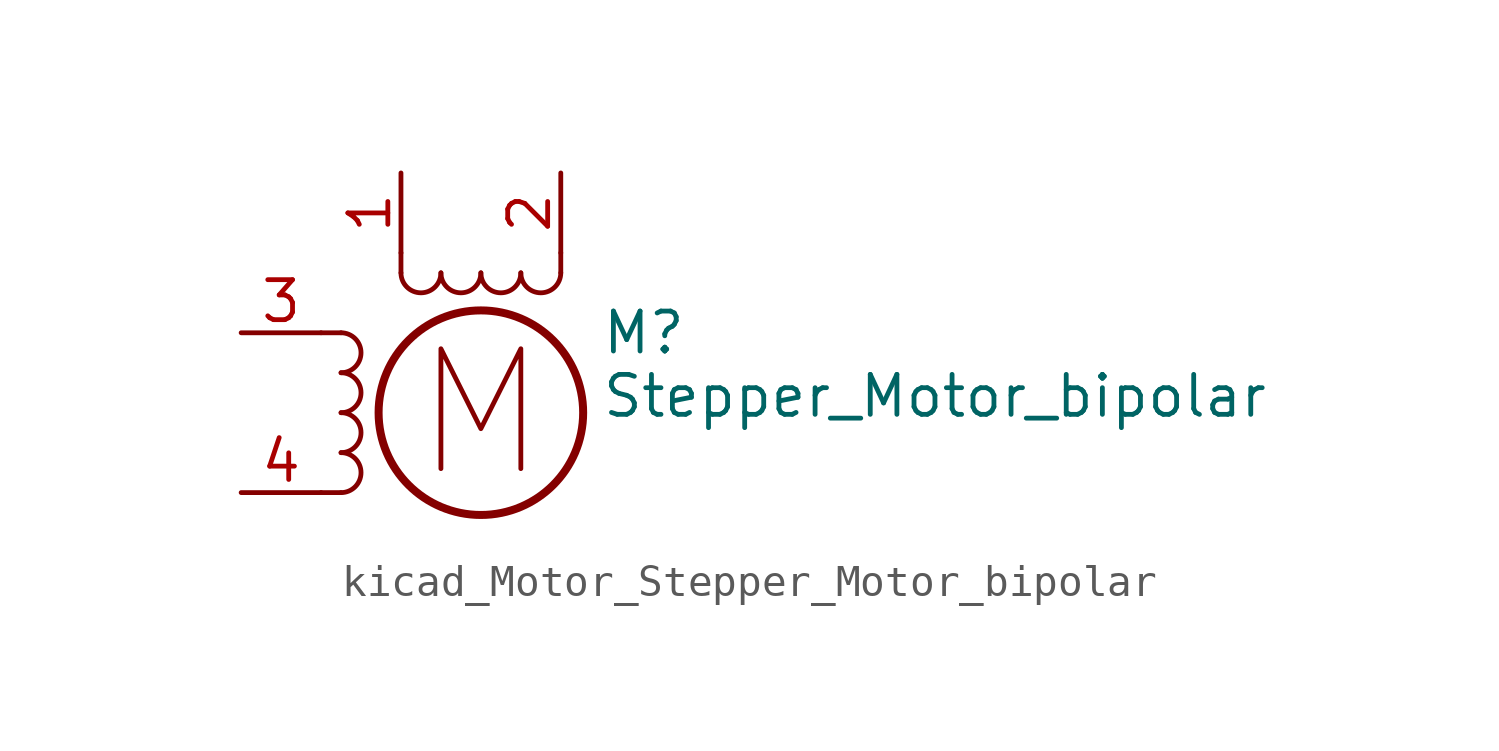
<source format=kicad_sym>
(kicad_symbol_lib
  (version 20220914)
  (generator kicad_symbol_editor)
  (symbol "kicad_Motor_Stepper_Motor_bipolar"
    (pin_names
      (offset 0) hide)
    (property "Reference" "M"
      (at 3.81 2.54 0)
      (effects (font (size 1.27 1.27)) (justify left)))
    (property "Value" "Stepper_Motor_bipolar"
      (at 3.81 1.27 0)
      (effects (font (size 1.27 1.27)) (justify left top)))
    (symbol "kicad_Motor_Stepper_Motor_bipolar_0_0"
      (polyline (pts (xy -1.27 -1.778) (xy -1.27 2.032) (xy 0 -0.508) (xy 1.27 2.032) (xy 1.27 -1.778)) (stroke (width 0) (type default)) (fill (type none))))
    (symbol "kicad_Motor_Stepper_Motor_bipolar_0_1"
      (arc (start -4.445 -2.54) (mid -3.8127 -1.905) (end -4.445 -1.27) (stroke (width 0) (type default)) (fill (type none)))
      (arc (start -4.445 -1.27) (mid -3.8127 -0.635) (end -4.445 0) (stroke (width 0) (type default)) (fill (type none)))
      (arc (start -4.445 0) (mid -3.8127 0.635) (end -4.445 1.27) (stroke (width 0) (type default)) (fill (type none)))
      (arc (start -4.445 1.27) (mid -3.8127 1.905) (end -4.445 2.54) (stroke (width 0) (type default)) (fill (type none)))
      (arc (start -2.54 4.445) (mid -1.905 3.8127) (end -1.27 4.445) (stroke (width 0) (type default)) (fill (type none)))
      (arc (start -1.27 4.445) (mid -0.635 3.8127) (end 0 4.445) (stroke (width 0) (type default)) (fill (type none)))
      (polyline (pts (xy -5.08 -2.54) (xy -4.445 -2.54)) (stroke (width 0) (type default)) (fill (type none)))
      (polyline (pts (xy -5.08 2.54) (xy -4.445 2.54)) (stroke (width 0) (type default)) (fill (type none)))
      (polyline (pts (xy -2.54 5.08) (xy -2.54 4.445)) (stroke (width 0) (type default)) (fill (type none)))
      (polyline (pts (xy 2.54 5.08) (xy 2.54 4.445)) (stroke (width 0) (type default)) (fill (type none)))
      (circle (center 0 0) (radius 3.251) (stroke (width 0.254) (type default)) (fill (type none)))
      (arc (start 0 4.445) (mid 0.635 3.8127) (end 1.27 4.445) (stroke (width 0) (type default)) (fill (type none)))
      (arc (start 1.27 4.445) (mid 1.905 3.8127) (end 2.54 4.445) (stroke (width 0) (type default)) (fill (type none))))
    (symbol "kicad_Motor_Stepper_Motor_bipolar_1_1"
      (pin passive line (at -2.54 7.62 270) (length 2.54) (name "~" (effects (font (size 1.27 1.27)))) (number "1" (effects (font (size 1.27 1.27)))))
      (pin passive line (at 2.54 7.62 270) (length 2.54) (name "-" (effects (font (size 1.27 1.27)))) (number "2" (effects (font (size 1.27 1.27)))))
      (pin passive line (at -7.62 2.54 0) (length 2.54) (name "~" (effects (font (size 1.27 1.27)))) (number "3" (effects (font (size 1.27 1.27)))))
      (pin passive line (at -7.62 -2.54 0) (length 2.54) (name "~" (effects (font (size 1.27 1.27)))) (number "4" (effects (font (size 1.27 1.27))))))))
</source>
